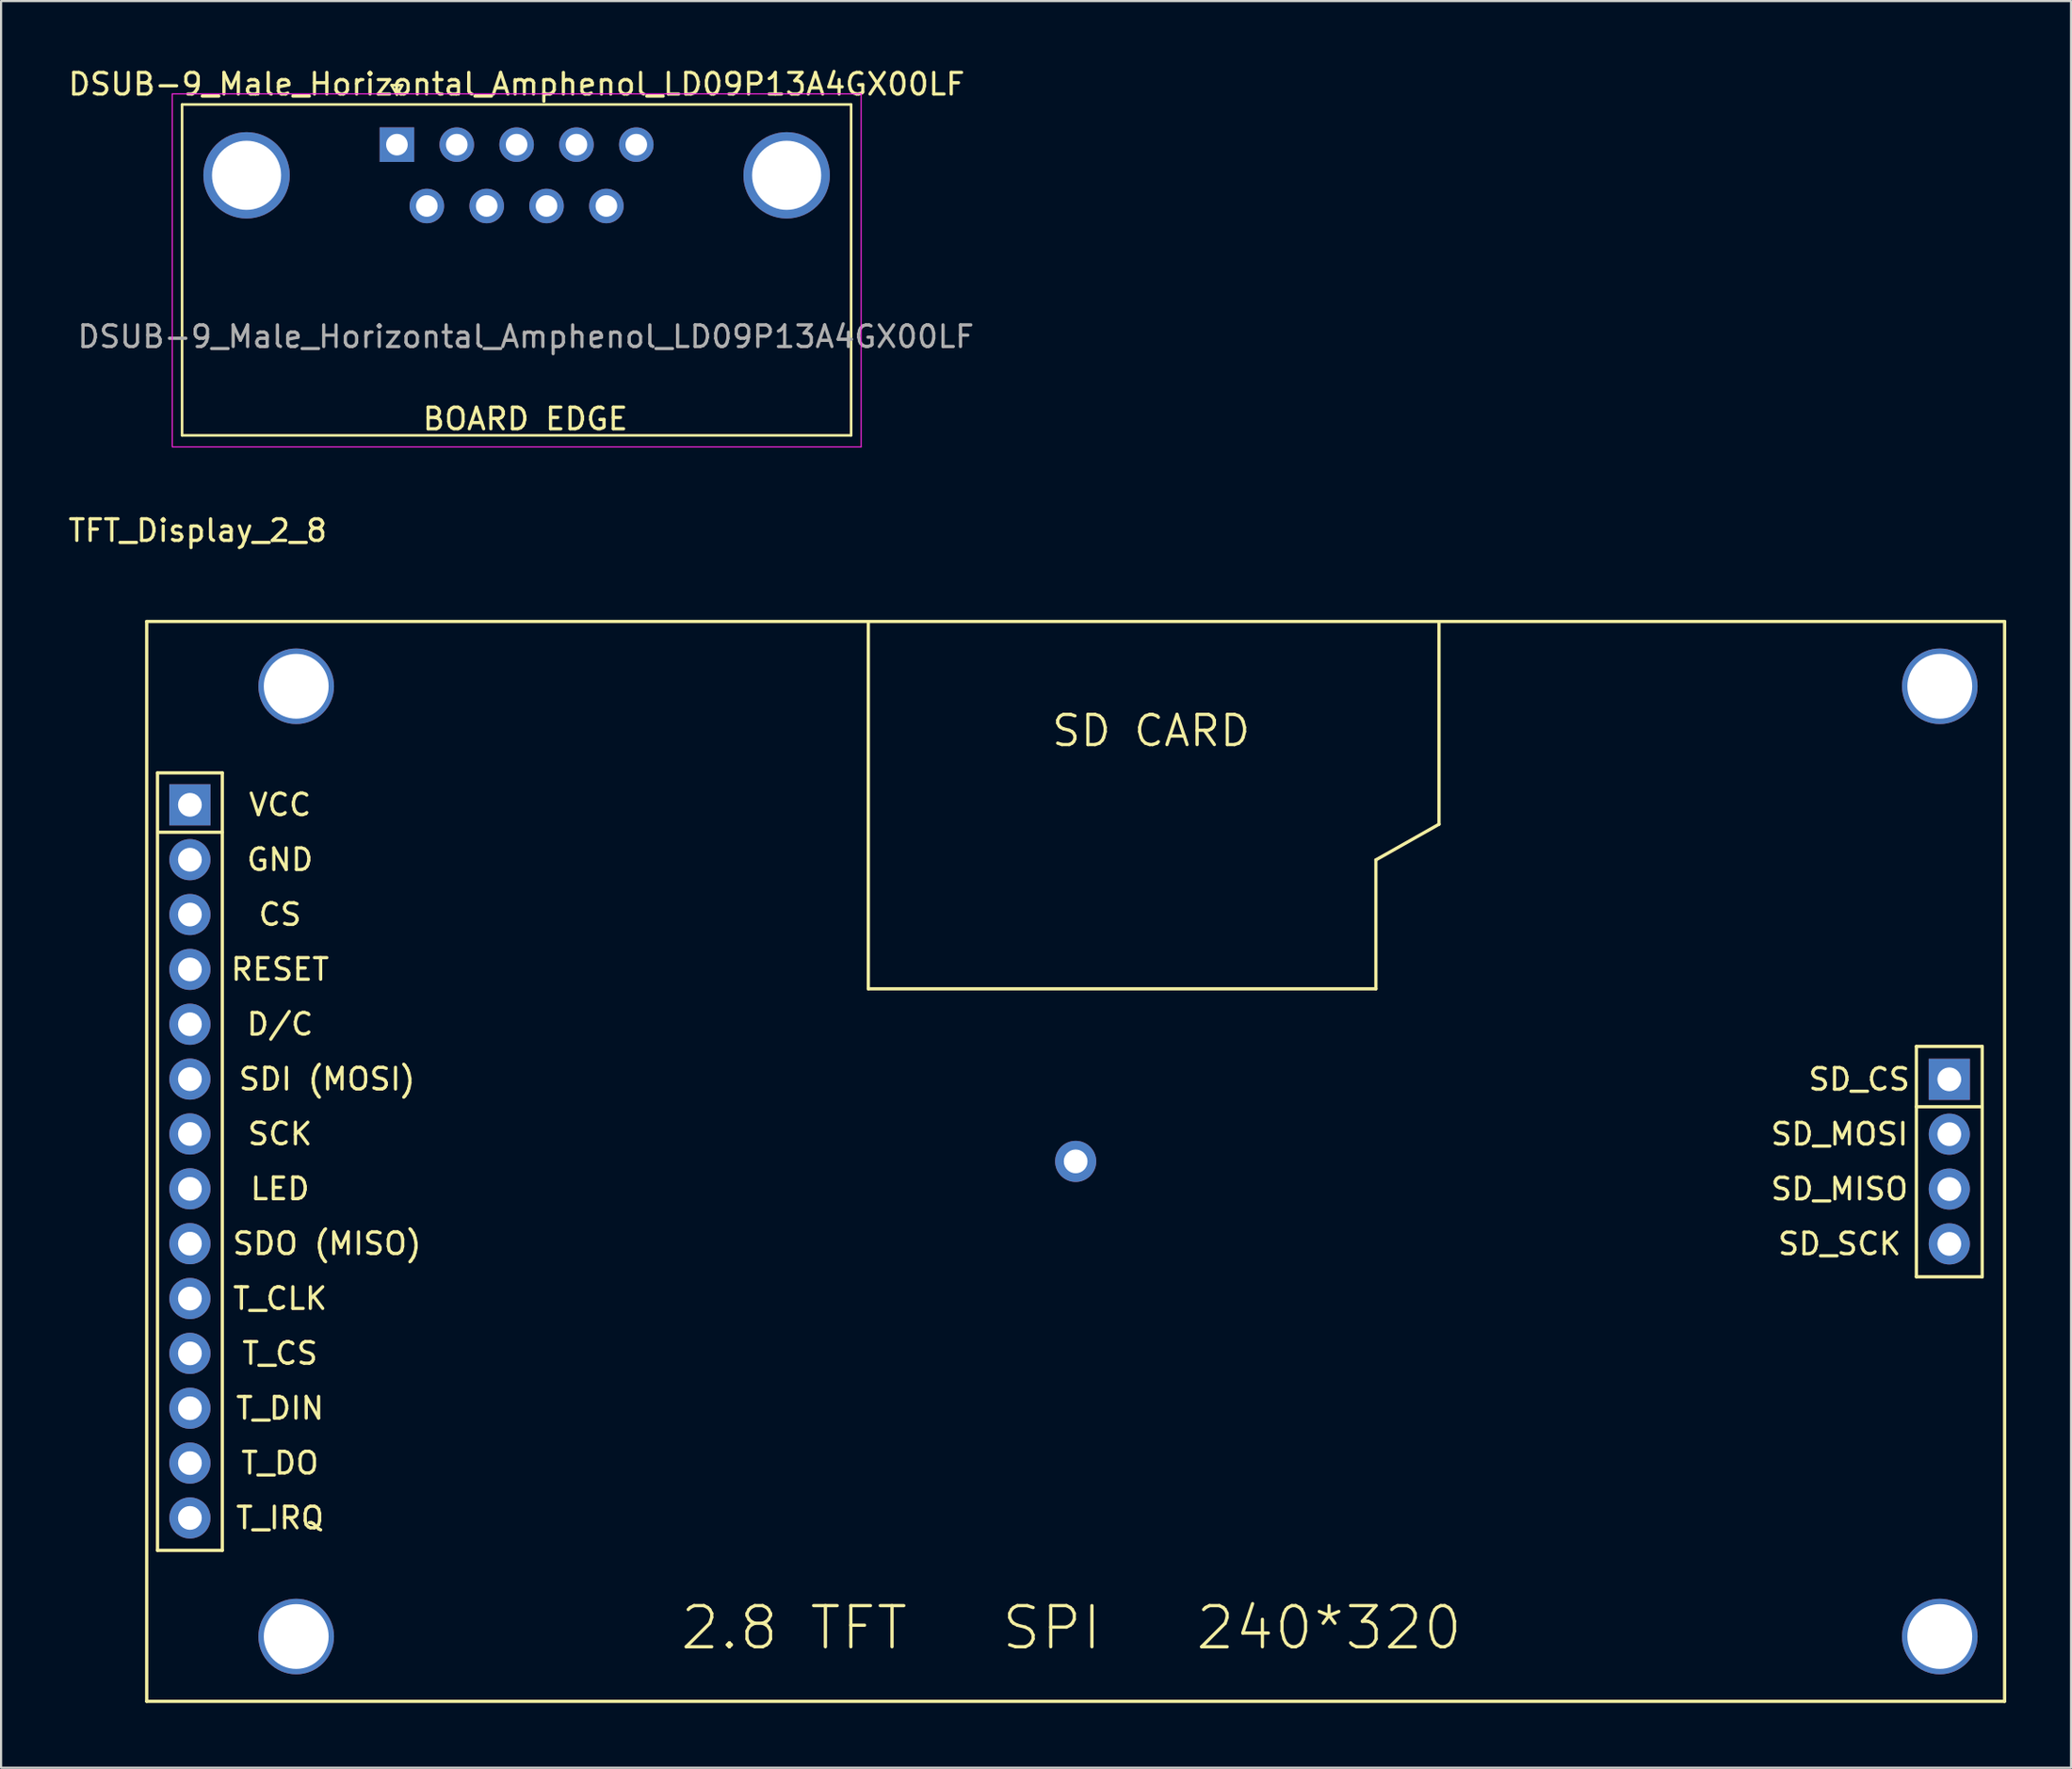
<source format=kicad_pcb>
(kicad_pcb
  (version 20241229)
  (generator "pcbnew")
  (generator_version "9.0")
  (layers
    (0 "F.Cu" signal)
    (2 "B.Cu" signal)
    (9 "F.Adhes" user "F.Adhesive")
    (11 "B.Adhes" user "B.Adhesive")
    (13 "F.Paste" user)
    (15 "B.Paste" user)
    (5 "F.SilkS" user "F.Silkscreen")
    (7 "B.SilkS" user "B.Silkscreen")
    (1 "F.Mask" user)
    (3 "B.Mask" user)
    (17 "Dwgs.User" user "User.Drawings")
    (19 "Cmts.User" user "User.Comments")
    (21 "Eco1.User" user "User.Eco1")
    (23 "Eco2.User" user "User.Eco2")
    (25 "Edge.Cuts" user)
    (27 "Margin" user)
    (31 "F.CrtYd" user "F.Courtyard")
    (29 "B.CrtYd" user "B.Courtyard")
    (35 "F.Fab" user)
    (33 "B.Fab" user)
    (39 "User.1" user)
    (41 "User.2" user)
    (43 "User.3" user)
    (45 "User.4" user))
  (footprint "DSUB-9_Male_Horizontal_Amphenol_LD09P13A4GX00LF"
    (layer "F.Cu")
    (at 15.323 3.648)
    (property "Reference" "DSUB-9_Male_Horizontal_Amphenol_LD09P13A4GX00LF" (at 5.54 -2.8 0) (layer "F.SilkS") (effects (font (size 1 1) (thickness 0.15))))
    (attr through_hole)
    (fp_line (start -9.945 -1.86) (end 21.025 -1.86) (stroke (width 0.12) (type solid)) (layer "F.SilkS"))
    (fp_line (start -9.945 13.462) (end -9.945 -1.86) (stroke (width 0.12) (type solid)) (layer "F.SilkS"))
    (fp_line (start -9.945 13.462) (end 21.025 13.462) (stroke (width 0.12) (type solid)) (layer "F.SilkS"))
    (fp_line (start -0.25 -2.754) (end 0.25 -2.754) (stroke (width 0.12) (type solid)) (layer "F.SilkS"))
    (fp_line (start 0 -2.321) (end -0.25 -2.754) (stroke (width 0.12) (type solid)) (layer "F.SilkS"))
    (fp_line (start 0.25 -2.754) (end 0 -2.321) (stroke (width 0.12) (type solid)) (layer "F.SilkS"))
    (fp_line (start 21.025 -1.86) (end 21.025 13.462) (stroke (width 0.12) (type solid)) (layer "F.SilkS"))
    (fp_line (start -10.4 -2.35) (end -10.4 13.995) (stroke (width 0.05) (type solid)) (layer "F.CrtYd"))
    (fp_line (start -10.389 13.995) (end 21.488 13.995) (stroke (width 0.05) (type solid)) (layer "F.CrtYd"))
    (fp_line (start 21.488 -2.35) (end 21.488 13.995) (stroke (width 0.05) (type solid)) (layer "F.CrtYd"))
    (fp_line (start 21.5 -2.35) (end -10.4 -2.35) (stroke (width 0.05) (type solid)) (layer "F.CrtYd"))
    (fp_text user "BOARD EDGE" (at 5.944 12.7 0) (layer "F.SilkS") (effects (font (size 1 1) (thickness 0.15))))
    (fp_text user "${REFERENCE}" (at 5.969 8.89 0) (layer "F.Fab") (effects (font (size 1 1) (thickness 0.15))))
    (pad "0" thru_hole circle (at -6.96 1.42) (size 4 4) (drill 3.2) (layers "*.Cu" "*.Mask"))
    (pad "0" thru_hole circle (at 18.04 1.42) (size 4 4) (drill 3.2) (layers "*.Cu" "*.Mask"))
    (pad "1" thru_hole rect (at 0 0) (size 1.6 1.6) (drill 1) (layers "*.Cu" "*.Mask"))
    (pad "2" thru_hole circle (at 2.77 0) (size 1.6 1.6) (drill 1) (layers "*.Cu" "*.Mask"))
    (pad "3" thru_hole circle (at 5.54 0) (size 1.6 1.6) (drill 1) (layers "*.Cu" "*.Mask"))
    (pad "4" thru_hole circle (at 8.31 0) (size 1.6 1.6) (drill 1) (layers "*.Cu" "*.Mask"))
    (pad "5" thru_hole circle (at 11.08 0) (size 1.6 1.6) (drill 1) (layers "*.Cu" "*.Mask"))
    (pad "6" thru_hole circle (at 1.385 2.84) (size 1.6 1.6) (drill 1) (layers "*.Cu" "*.Mask"))
    (pad "7" thru_hole circle (at 4.155 2.84) (size 1.6 1.6) (drill 1) (layers "*.Cu" "*.Mask"))
    (pad "8" thru_hole circle (at 6.925 2.84) (size 1.6 1.6) (drill 1) (layers "*.Cu" "*.Mask"))
    (pad "9" thru_hole circle (at 9.695 2.84) (size 1.6 1.6) (drill 1) (layers "*.Cu" "*.Mask")))
  (footprint "TFT_Display_2_8"
    (layer "F.Cu")
    (at 46.741 50.727)
    (property "Reference" "TFT_Display_2_8" (at -40.64 -29.21 0) (layer "F.SilkS") (effects (font (size 1 1) (thickness 0.15))))
    (attr through_hole)
    (fp_line (start -43 25) (end -43 -25) (stroke (width 0.15) (type solid)) (layer "F.SilkS"))
    (fp_line (start -42.5 -17.99) (end -42.5 18.01) (stroke (width 0.15) (type solid)) (layer "F.SilkS"))
    (fp_line (start -42.5 -17.99) (end -39.5 -17.99) (stroke (width 0.15) (type solid)) (layer "F.SilkS"))
    (fp_line (start -39.51 -15.24) (end -42.47 -15.24) (stroke (width 0.15) (type solid)) (layer "F.SilkS"))
    (fp_line (start -39.5 18.01) (end -42.5 18.01) (stroke (width 0.15) (type solid)) (layer "F.SilkS"))
    (fp_line (start -39.5 18.01) (end -39.5 -17.99) (stroke (width 0.15) (type solid)) (layer "F.SilkS"))
    (fp_line (start -9.598 -7.991) (end -9.598 -24.945) (stroke (width 0.15) (type solid)) (layer "F.SilkS"))
    (fp_line (start 13.897 -13.96) (end 13.897 -7.991) (stroke (width 0.15) (type solid)) (layer "F.SilkS"))
    (fp_line (start 13.897 -13.96) (end 16.818 -15.611) (stroke (width 0.15) (type solid)) (layer "F.SilkS"))
    (fp_line (start 13.897 -7.991) (end -9.598 -7.991) (stroke (width 0.15) (type solid)) (layer "F.SilkS"))
    (fp_line (start 16.818 -24.945) (end 16.818 -15.611) (stroke (width 0.15) (type solid)) (layer "F.SilkS"))
    (fp_line (start 38.916 -5.324) (end 41.964 -5.324) (stroke (width 0.15) (type solid)) (layer "F.SilkS"))
    (fp_line (start 38.916 5.344) (end 38.916 -5.324) (stroke (width 0.15) (type solid)) (layer "F.SilkS"))
    (fp_line (start 41.964 -5.324) (end 41.964 5.344) (stroke (width 0.15) (type solid)) (layer "F.SilkS"))
    (fp_line (start 41.964 -2.53) (end 38.916 -2.53) (stroke (width 0.15) (type solid)) (layer "F.SilkS"))
    (fp_line (start 41.964 5.344) (end 38.916 5.344) (stroke (width 0.15) (type solid)) (layer "F.SilkS"))
    (fp_line (start 43 -25) (end -43 -25) (stroke (width 0.15) (type solid)) (layer "F.SilkS"))
    (fp_line (start 43 25) (end -43 25) (stroke (width 0.15) (type solid)) (layer "F.SilkS"))
    (fp_line (start 43 25) (end 43 -25) (stroke (width 0.15) (type solid)) (layer "F.SilkS"))
    (fp_text user "T_CS" (at -36.83 8.89 0) (layer "F.SilkS") (effects (font (size 1 1) (thickness 0.15))))
    (fp_text user "SCK" (at -36.83 -1.27 0) (layer "F.SilkS") (effects (font (size 1 1) (thickness 0.15))))
    (fp_text user "SD_MOSI" (at 35.36 -1.26 180) (layer "F.SilkS") (effects (font (size 1 1) (thickness 0.15))))
    (fp_text user "T_CLK" (at -36.83 6.35 0) (layer "F.SilkS") (effects (font (size 1 1) (thickness 0.15))))
    (fp_text user "2.8 TFT   SPI   240*320" (at -0.2 21.6 0) (layer "F.SilkS") (effects (font (size 1.905 1.905) (thickness 0.15))))
    (fp_text user "SD CARD" (at 3.493 -19.939 0) (layer "F.SilkS") (effects (font (size 1.397 1.397) (thickness 0.15))))
    (fp_text user "SD_MISO" (at 35.36 1.28 180) (layer "F.SilkS") (effects (font (size 1 1) (thickness 0.15))))
    (fp_text user "GND" (at -36.83 -13.97 0) (layer "F.SilkS") (effects (font (size 1 1) (thickness 0.15))))
    (fp_text user "SD_SCK" (at 35.36 3.82 180) (layer "F.SilkS") (effects (font (size 1 1) (thickness 0.15))))
    (fp_text user "VCC" (at -36.83 -16.51 0) (layer "F.SilkS") (effects (font (size 1 1) (thickness 0.15))))
    (fp_text user "SD_CS" (at 36.27 -3.8 180) (layer "F.SilkS") (effects (font (size 1 1) (thickness 0.15))))
    (fp_text user "LED" (at -36.83 1.27 0) (layer "F.SilkS") (effects (font (size 1 1) (thickness 0.15))))
    (fp_text user "T_DIN" (at -36.83 11.43 0) (layer "F.SilkS") (effects (font (size 1 1) (thickness 0.15))))
    (fp_text user "T_IRQ" (at -36.83 16.51 0) (layer "F.SilkS") (effects (font (size 1 1) (thickness 0.15))))
    (fp_text user "SDO (MISO)" (at -34.65 3.81 0) (layer "F.SilkS") (effects (font (size 1 1) (thickness 0.15))))
    (fp_text user "RESET" (at -36.83 -8.89 0) (layer "F.SilkS") (effects (font (size 1 1) (thickness 0.15))))
    (fp_text user "CS" (at -36.83 -11.43 0) (layer "F.SilkS") (effects (font (size 1 1) (thickness 0.15))))
    (fp_text user "D/C" (at -36.83 -6.35 0) (layer "F.SilkS") (effects (font (size 1 1) (thickness 0.15))))
    (fp_text user "SDI (MOSI)" (at -34.65 -3.81 0) (layer "F.SilkS") (effects (font (size 1 1) (thickness 0.15))))
    (fp_text user "T_DO" (at -36.83 13.97 0) (layer "F.SilkS") (effects (font (size 1 1) (thickness 0.15))))
    (pad "0" thru_hole circle (at -36.08 -22 180) (size 3.5 3.5) (drill 3) (layers "*.Cu" "*.Mask"))
    (pad "0" thru_hole circle (at -36.08 22 270) (size 3.5 3.5) (drill 3) (layers "*.Cu" "*.Mask"))
    (pad "0" thru_hole circle (at 40 -22 90) (size 3.5 3.5) (drill 3) (layers "*.Cu" "*.Mask"))
    (pad "0" thru_hole circle (at 40 22) (size 3.5 3.5) (drill 3) (layers "*.Cu" "*.Mask"))
    (pad "1" thru_hole rect (at -41 -16.51 180) (size 1.905 1.905) (drill 1.1) (layers "*.Cu" "*.Mask"))
    (pad "2" thru_hole circle (at -41 -13.97 180) (size 1.905 1.905) (drill 1.1) (layers "*.Cu" "*.Mask"))
    (pad "3" thru_hole circle (at -41 -11.43 180) (size 1.905 1.905) (drill 1.1) (layers "*.Cu" "*.Mask"))
    (pad "4" thru_hole circle (at -41 -8.89 180) (size 1.905 1.905) (drill 1.1) (layers "*.Cu" "*.Mask"))
    (pad "5" thru_hole circle (at -41 -6.35 180) (size 1.905 1.905) (drill 1.1) (layers "*.Cu" "*.Mask"))
    (pad "6" thru_hole circle (at -41 -3.81 180) (size 1.905 1.905) (drill 1.1) (layers "*.Cu" "*.Mask"))
    (pad "7" thru_hole circle (at -41 -1.27 180) (size 1.905 1.905) (drill 1.1) (layers "*.Cu" "*.Mask"))
    (pad "8" thru_hole circle (at -41 1.27 180) (size 1.905 1.905) (drill 1.1) (layers "*.Cu" "*.Mask"))
    (pad "9" thru_hole circle (at -41 3.81 180) (size 1.905 1.905) (drill 1.1) (layers "*.Cu" "*.Mask"))
    (pad "10" thru_hole circle (at -41 6.35 180) (size 1.905 1.905) (drill 1.1) (layers "*.Cu" "*.Mask"))
    (pad "11" thru_hole circle (at -41 8.89 180) (size 1.905 1.905) (drill 1.1) (layers "*.Cu" "*.Mask"))
    (pad "12" thru_hole circle (at -41 11.43 180) (size 1.905 1.905) (drill 1.1) (layers "*.Cu" "*.Mask"))
    (pad "13" thru_hole circle (at -41 13.97 180) (size 1.905 1.905) (drill 1.1) (layers "*.Cu" "*.Mask"))
    (pad "14" thru_hole circle (at -41 16.51 180) (size 1.905 1.905) (drill 1.1) (layers "*.Cu" "*.Mask"))
    (pad "15" thru_hole rect (at 40.44 -3.8 180) (size 1.905 1.905) (drill 1.1) (layers "*.Cu" "*.Mask"))
    (pad "16" thru_hole circle (at 40.44 -1.26 180) (size 1.905 1.905) (drill 1.1) (layers "*.Cu" "*.Mask"))
    (pad "17" thru_hole circle (at 40.44 1.28 180) (size 1.905 1.905) (drill 1.1) (layers "*.Cu" "*.Mask"))
    (pad "18" thru_hole circle (at 40.44 3.82 180) (size 1.905 1.905) (drill 1.1) (layers "*.Cu" "*.Mask"))
    (pad "19" thru_hole circle (at 0 0) (size 1.905 1.905) (drill 1.1) (layers "*.Cu" "*.Mask")))
  (gr_rect
    (start -3 -3)
    (end 92.816 78.802)
    (stroke (width 0.1) (type default))
    (fill no)
    (layer "Edge.Cuts")))
</source>
